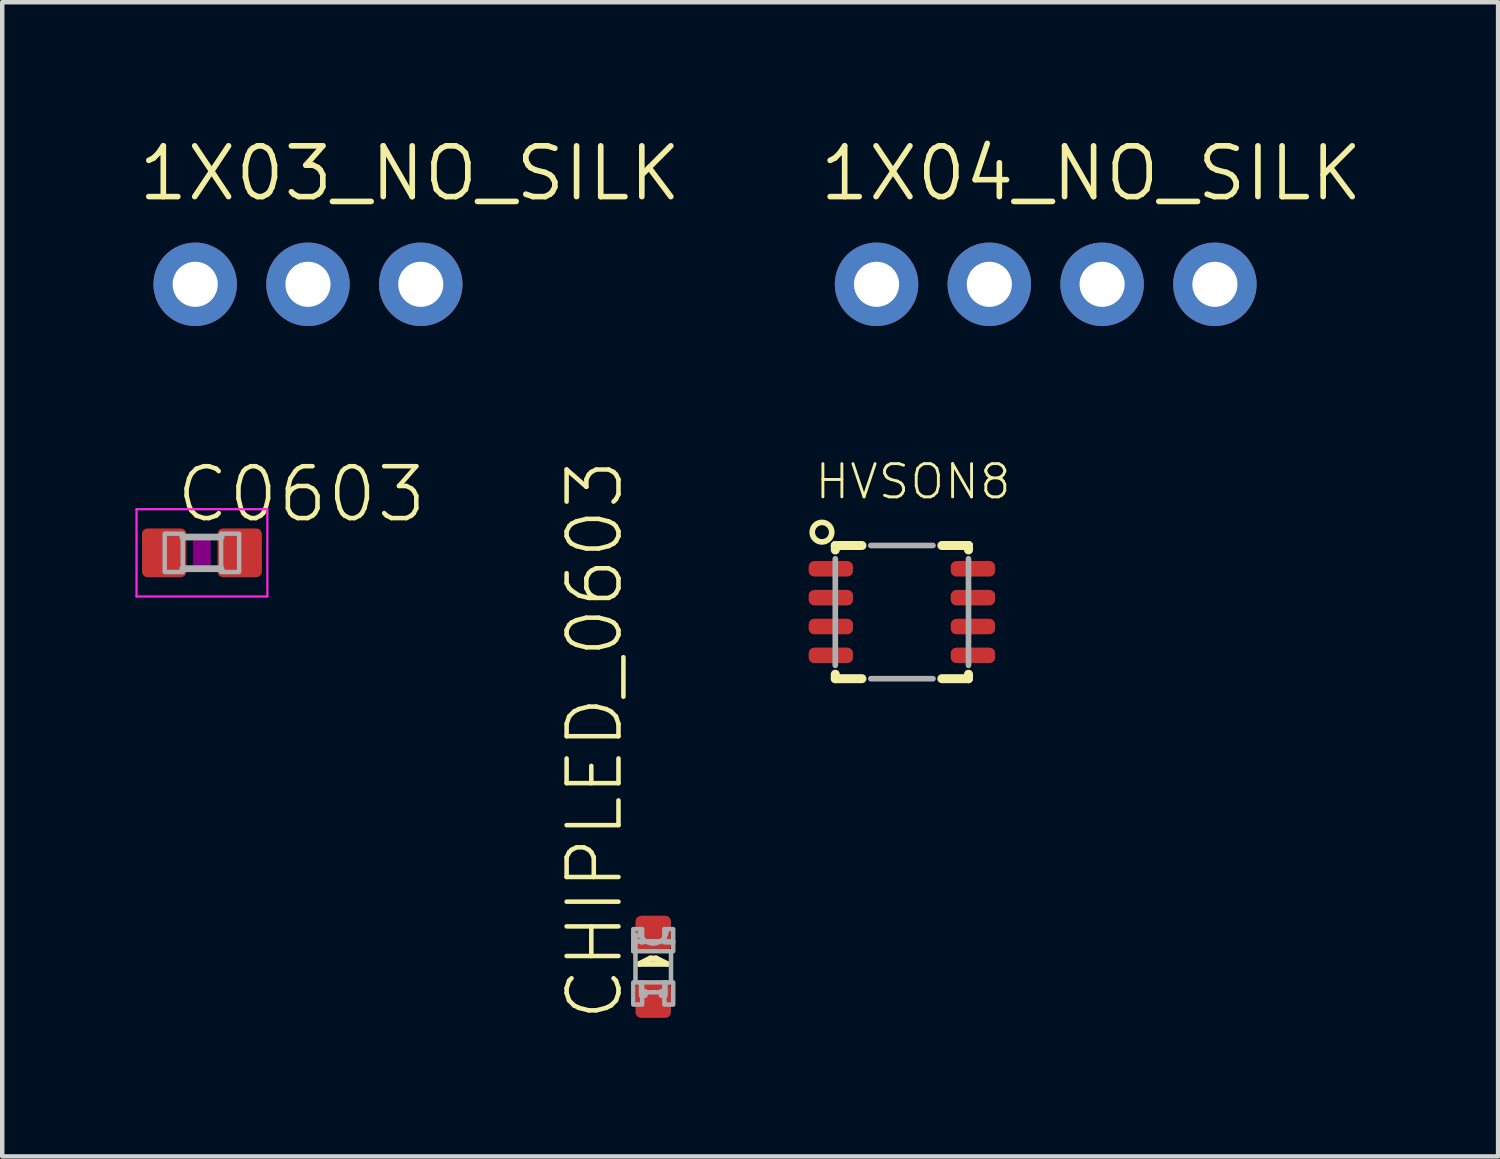
<source format=kicad_pcb>
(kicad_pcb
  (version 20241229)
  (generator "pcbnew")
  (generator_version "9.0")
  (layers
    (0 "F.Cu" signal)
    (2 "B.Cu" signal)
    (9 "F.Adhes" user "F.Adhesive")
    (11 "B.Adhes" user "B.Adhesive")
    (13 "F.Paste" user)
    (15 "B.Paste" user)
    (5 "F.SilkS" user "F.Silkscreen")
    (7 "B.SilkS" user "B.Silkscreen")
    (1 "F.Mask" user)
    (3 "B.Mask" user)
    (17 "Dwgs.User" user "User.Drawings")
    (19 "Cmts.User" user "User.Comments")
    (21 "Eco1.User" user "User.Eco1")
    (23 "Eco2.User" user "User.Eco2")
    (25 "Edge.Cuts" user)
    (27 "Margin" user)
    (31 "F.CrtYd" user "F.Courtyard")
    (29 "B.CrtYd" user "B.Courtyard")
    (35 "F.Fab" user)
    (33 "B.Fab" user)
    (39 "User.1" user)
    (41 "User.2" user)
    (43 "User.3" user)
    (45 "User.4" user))
  (footprint "HVSON8"
    (layer "F.Cu")
    (at 17.262 10.735)
    (property "Reference" "HVSON8" (at -2 -2.5 0) (unlocked yes) (layer "F.SilkS") (effects (font (size 0.748 0.748) (thickness 0.065)) (justify left bottom)))
    (fp_poly (pts (xy -0.8 1.2) (xy 0.8 1.2) (xy 0.8 -1.2) (xy -0.8 -1.2)) (stroke (width 0) (type default)) (fill yes) (layer "F.Mask"))
    (fp_line (start -1.5 -1.5) (end -0.9 -1.5) (stroke (width 0.203) (type solid)) (layer "F.SilkS"))
    (fp_line (start -1.5 -1.4) (end -1.5 -1.5) (stroke (width 0.203) (type solid)) (layer "F.SilkS"))
    (fp_line (start -1.5 1.5) (end -1.5 1.4) (stroke (width 0.203) (type solid)) (layer "F.SilkS"))
    (fp_line (start -1.5 1.5) (end -0.9 1.5) (stroke (width 0.203) (type solid)) (layer "F.SilkS"))
    (fp_line (start 0.9 -1.5) (end 1.5 -1.5) (stroke (width 0.203) (type solid)) (layer "F.SilkS"))
    (fp_line (start 0.9 1.5) (end 1.5 1.5) (stroke (width 0.203) (type solid)) (layer "F.SilkS"))
    (fp_line (start 1.5 -1.4) (end 1.5 -1.5) (stroke (width 0.203) (type solid)) (layer "F.SilkS"))
    (fp_line (start 1.5 1.5) (end 1.5 1.4) (stroke (width 0.203) (type solid)) (layer "F.SilkS"))
    (fp_circle (center -1.8 -1.8) (end -1.58 -1.8) (stroke (width 0.127) (type solid)) (fill no) (layer "F.SilkS"))
    (fp_poly (pts (xy -0.5 0.9) (xy 0.5 0.9) (xy 0.5 -0.9) (xy -0.5 -0.9)) (stroke (width 0) (type default)) (fill yes) (layer "F.Paste"))
    (fp_line (start -1.5 1.2) (end -1.5 -1.2) (stroke (width 0.127) (type solid)) (layer "F.Fab"))
    (fp_line (start 0.7 -1.5) (end -0.7 -1.5) (stroke (width 0.127) (type solid)) (layer "F.Fab"))
    (fp_line (start 0.7 1.5) (end -0.7 1.5) (stroke (width 0.127) (type solid)) (layer "F.Fab"))
    (fp_line (start 1.5 1.2) (end 1.5 -1.2) (stroke (width 0.127) (type solid)) (layer "F.Fab"))
    (pad "1" smd roundrect (at -1.6 -0.975) (size 1 0.35) (layers "F.Cu" "F.Mask" "F.Paste") (roundrect_rratio 0.363))
    (pad "2" smd roundrect (at -1.6 -0.325) (size 1 0.35) (layers "F.Cu" "F.Mask" "F.Paste") (roundrect_rratio 0.363))
    (pad "3" smd roundrect (at -1.6 0.325) (size 1 0.35) (layers "F.Cu" "F.Mask" "F.Paste") (roundrect_rratio 0.363))
    (pad "4" smd roundrect (at -1.6 0.975) (size 1 0.35) (layers "F.Cu" "F.Mask" "F.Paste") (roundrect_rratio 0.363))
    (pad "5" smd roundrect (at 1.6 0.975 180) (size 1 0.35) (layers "F.Cu" "F.Mask" "F.Paste") (roundrect_rratio 0.363))
    (pad "6" smd roundrect (at 1.6 0.325 180) (size 1 0.35) (layers "F.Cu" "F.Mask" "F.Paste") (roundrect_rratio 0.363))
    (pad "7" smd roundrect (at 1.6 -0.325 180) (size 1 0.35) (layers "F.Cu" "F.Mask" "F.Paste") (roundrect_rratio 0.363))
    (pad "8" smd roundrect (at 1.6 -0.975 180) (size 1 0.35) (layers "F.Cu" "F.Mask" "F.Paste") (roundrect_rratio 0.363)))
  (footprint "1X04_NO_SILK"
    (layer "F.Cu")
    (at 16.691 3.353)
    (property "Reference" "1X04_NO_SILK" (at -1.346 -1.829 0) (unlocked yes) (layer "F.SilkS") (effects (font (size 1.143 1.143) (thickness 0.127)) (justify left bottom)))
    (fp_poly (pts (xy -0.254 0.254) (xy 0.254 0.254) (xy 0.254 -0.254) (xy -0.254 -0.254)) (stroke (width 0.1) (type default)) (fill no) (layer "F.Fab"))
    (fp_poly (pts (xy 2.286 0.254) (xy 2.794 0.254) (xy 2.794 -0.254) (xy 2.286 -0.254)) (stroke (width 0.1) (type default)) (fill no) (layer "F.Fab"))
    (fp_poly (pts (xy 4.826 0.254) (xy 5.334 0.254) (xy 5.334 -0.254) (xy 4.826 -0.254)) (stroke (width 0.1) (type default)) (fill no) (layer "F.Fab"))
    (fp_poly (pts (xy 7.366 0.254) (xy 7.874 0.254) (xy 7.874 -0.254) (xy 7.366 -0.254)) (stroke (width 0.1) (type default)) (fill no) (layer "F.Fab"))
    (pad "1" thru_hole circle (at 0 0 90) (size 1.88 1.88) (drill 1.016) (layers "*.Cu" "*.Mask"))
    (pad "2" thru_hole circle (at 2.54 0 90) (size 1.88 1.88) (drill 1.016) (layers "*.Cu" "*.Mask"))
    (pad "3" thru_hole circle (at 5.08 0 90) (size 1.88 1.88) (drill 1.016) (layers "*.Cu" "*.Mask"))
    (pad "4" thru_hole circle (at 7.62 0 90) (size 1.88 1.88) (drill 1.016) (layers "*.Cu" "*.Mask")))
  (footprint "C0603"
    (layer "F.Cu")
    (at 1.498 9.401)
    (property "Reference" "C0603" (at -0.635 -0.635 0) (unlocked yes) (layer "F.SilkS") (effects (font (size 1.168 1.168) (thickness 0.102)) (justify left bottom)))
    (fp_poly (pts (xy -0.2 0.4) (xy 0.2 0.4) (xy 0.2 -0.4) (xy -0.2 -0.4)) (stroke (width 0) (type default)) (fill yes) (layer "F.Adhes"))
    (fp_line (start -1.473 -0.983) (end 1.473 -0.983) (stroke (width 0.051) (type solid)) (layer "F.CrtYd"))
    (fp_line (start -1.473 0.983) (end -1.473 -0.983) (stroke (width 0.051) (type solid)) (layer "F.CrtYd"))
    (fp_line (start 1.473 -0.983) (end 1.473 0.983) (stroke (width 0.051) (type solid)) (layer "F.CrtYd"))
    (fp_line (start 1.473 0.983) (end -1.473 0.983) (stroke (width 0.051) (type solid)) (layer "F.CrtYd"))
    (fp_line (start -0.432 0.356) (end 0.432 0.356) (stroke (width 0.152) (type solid)) (layer "F.Fab"))
    (fp_line (start 0.432 -0.356) (end -0.432 -0.356) (stroke (width 0.152) (type solid)) (layer "F.Fab"))
    (fp_poly (pts (xy -0.838 0.432) (xy -0.432 0.432) (xy -0.432 -0.432) (xy -0.838 -0.432)) (stroke (width 0.1) (type default)) (fill no) (layer "F.Fab"))
    (fp_poly (pts (xy 0.432 0.432) (xy 0.838 0.432) (xy 0.838 -0.432) (xy 0.432 -0.432)) (stroke (width 0.1) (type default)) (fill no) (layer "F.Fab"))
    (pad "1" smd roundrect (at -0.85 0 90) (size 1.1 1) (layers "F.Cu" "F.Mask" "F.Paste") (roundrect_rratio 0.127))
    (pad "2" smd roundrect (at 0.85 0 90) (size 1.1 1) (layers "F.Cu" "F.Mask" "F.Paste") (roundrect_rratio 0.127)))
  (footprint "CHIPLED_0603"
    (layer "F.Cu")
    (at 11.662 18.724)
    (property "Reference" "CHIPLED_0603" (at -0.635 1.27 90) (unlocked yes) (layer "F.SilkS") (effects (font (size 1.168 1.168) (thickness 0.102)) (justify left bottom)))
    (fp_line (start -0.318 -0.064) (end 0.318 -0.064) (stroke (width 0.127) (type solid)) (layer "F.SilkS"))
    (fp_line (start -0.064 -0.191) (end -0.318 -0.064) (stroke (width 0.127) (type solid)) (layer "F.SilkS"))
    (fp_line (start 0.064 -0.191) (end -0.064 -0.191) (stroke (width 0.127) (type solid)) (layer "F.SilkS"))
    (fp_line (start 0.318 -0.064) (end 0.064 -0.191) (stroke (width 0.127) (type solid)) (layer "F.SilkS"))
    (fp_line (start -0.4 -0.375) (end -0.4 0.35) (stroke (width 0.102) (type solid)) (layer "F.Fab"))
    (fp_line (start 0.4 -0.35) (end 0.4 0.35) (stroke (width 0.102) (type solid)) (layer "F.Fab"))
    (fp_arc (start -0.275 0.825) (mid 0 0.55) (end 0.275 0.825) (stroke (width 0.0508) (type solid)) (layer "F.Fab"))
    (fp_arc (start 0.3 -0.799998) (mid -0.000001 -0.524966) (end -0.3 -0.8) (stroke (width 0.1016) (type solid)) (layer "F.Fab"))
    (fp_circle (center -0.35 -0.625) (end -0.275 -0.625) (stroke (width 0.051) (type solid)) (fill no) (layer "F.Fab"))
    (fp_poly (pts (xy -0.45 -0.7) (xy -0.25 -0.7) (xy -0.25 -0.85) (xy -0.45 -0.85)) (stroke (width 0.1) (type default)) (fill no) (layer "F.Fab"))
    (fp_poly (pts (xy -0.45 -0.35) (xy -0.4 -0.35) (xy -0.4 -0.725) (xy -0.45 -0.725)) (stroke (width 0.1) (type default)) (fill no) (layer "F.Fab"))
    (fp_poly (pts (xy -0.45 -0.35) (xy 0.45 -0.35) (xy 0.45 -0.575) (xy -0.45 -0.575)) (stroke (width 0.1) (type default)) (fill no) (layer "F.Fab"))
    (fp_poly (pts (xy -0.45 0.85) (xy -0.25 0.85) (xy -0.25 0.35) (xy -0.45 0.35)) (stroke (width 0.1) (type default)) (fill no) (layer "F.Fab"))
    (fp_poly (pts (xy -0.275 -0.55) (xy -0.225 -0.55) (xy -0.225 -0.6) (xy -0.275 -0.6)) (stroke (width 0.1) (type default)) (fill no) (layer "F.Fab"))
    (fp_poly (pts (xy -0.275 0.575) (xy 0.275 0.575) (xy 0.275 0.35) (xy -0.275 0.35)) (stroke (width 0.1) (type default)) (fill no) (layer "F.Fab"))
    (fp_poly (pts (xy -0.275 0.65) (xy -0.175 0.65) (xy -0.175 0.55) (xy -0.275 0.55)) (stroke (width 0.1) (type default)) (fill no) (layer "F.Fab"))
    (fp_poly (pts (xy 0.175 0.65) (xy 0.275 0.65) (xy 0.275 0.55) (xy 0.175 0.55)) (stroke (width 0.1) (type default)) (fill no) (layer "F.Fab"))
    (fp_poly (pts (xy 0.25 -0.55) (xy 0.45 -0.55) (xy 0.45 -0.85) (xy 0.25 -0.85)) (stroke (width 0.1) (type default)) (fill no) (layer "F.Fab"))
    (fp_poly (pts (xy 0.25 0.85) (xy 0.45 0.85) (xy 0.45 0.35) (xy 0.25 0.35)) (stroke (width 0.1) (type default)) (fill no) (layer "F.Fab"))
    (pad "A" smd roundrect (at 0 0.75) (size 0.8 0.8) (layers "F.Cu" "F.Mask" "F.Paste") (roundrect_rratio 0.159))
    (pad "C" smd roundrect (at 0 -0.75) (size 0.8 0.8) (layers "F.Cu" "F.Mask" "F.Paste") (roundrect_rratio 0.159)))
  (footprint "1X03_NO_SILK"
    (layer "F.Cu")
    (at 1.346 3.353)
    (property "Reference" "1X03_NO_SILK" (at -1.346 -1.829 0) (unlocked yes) (layer "F.SilkS") (effects (font (size 1.143 1.143) (thickness 0.127)) (justify left bottom)))
    (fp_poly (pts (xy -0.254 0.254) (xy 0.254 0.254) (xy 0.254 -0.254) (xy -0.254 -0.254)) (stroke (width 0.1) (type default)) (fill no) (layer "F.Fab"))
    (fp_poly (pts (xy 2.286 0.254) (xy 2.794 0.254) (xy 2.794 -0.254) (xy 2.286 -0.254)) (stroke (width 0.1) (type default)) (fill no) (layer "F.Fab"))
    (fp_poly (pts (xy 4.826 0.254) (xy 5.334 0.254) (xy 5.334 -0.254) (xy 4.826 -0.254)) (stroke (width 0.1) (type default)) (fill no) (layer "F.Fab"))
    (pad "1" thru_hole circle (at 0 0 90) (size 1.88 1.88) (drill 1.016) (layers "*.Cu" "*.Mask"))
    (pad "2" thru_hole circle (at 2.54 0 90) (size 1.88 1.88) (drill 1.016) (layers "*.Cu" "*.Mask"))
    (pad "3" thru_hole circle (at 5.08 0 90) (size 1.88 1.88) (drill 1.016) (layers "*.Cu" "*.Mask")))
  (gr_rect
    (start -3 -3)
    (end 30.689 22.994)
    (stroke (width 0.1) (type default))
    (fill no)
    (layer "Edge.Cuts")))
</source>
